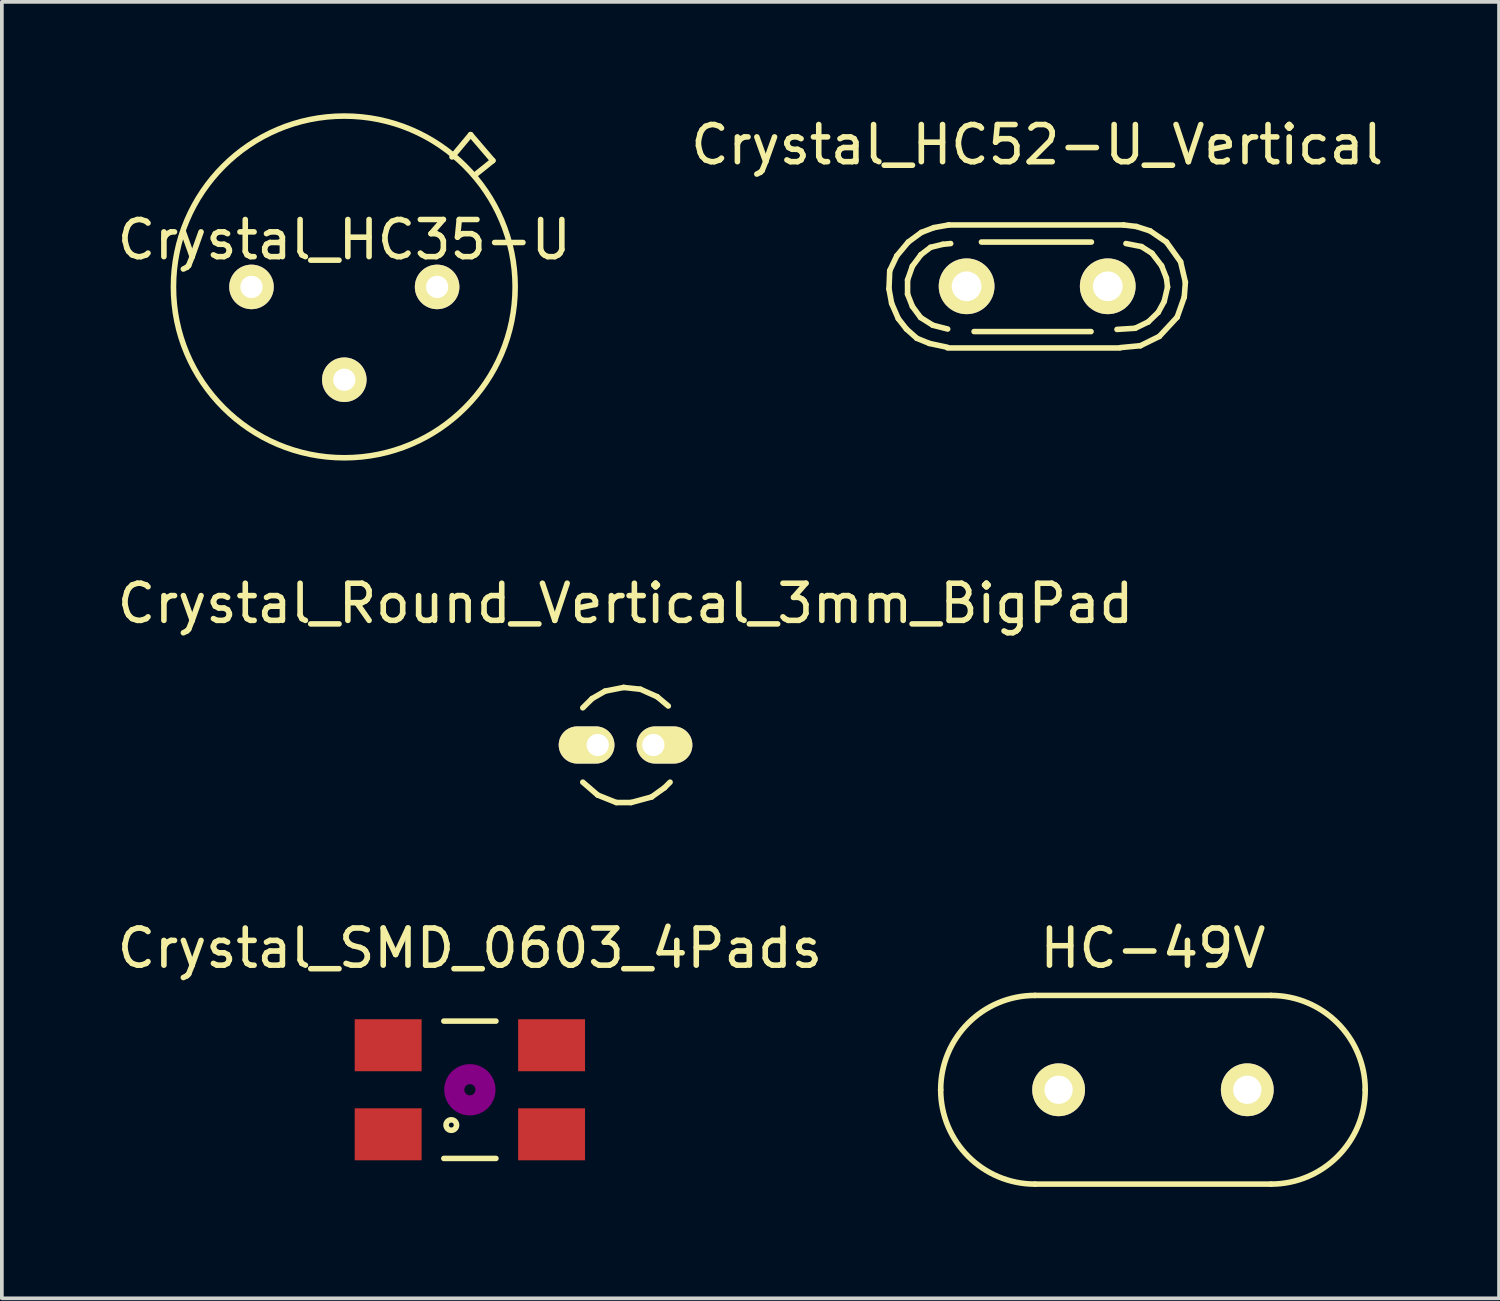
<source format=kicad_pcb>
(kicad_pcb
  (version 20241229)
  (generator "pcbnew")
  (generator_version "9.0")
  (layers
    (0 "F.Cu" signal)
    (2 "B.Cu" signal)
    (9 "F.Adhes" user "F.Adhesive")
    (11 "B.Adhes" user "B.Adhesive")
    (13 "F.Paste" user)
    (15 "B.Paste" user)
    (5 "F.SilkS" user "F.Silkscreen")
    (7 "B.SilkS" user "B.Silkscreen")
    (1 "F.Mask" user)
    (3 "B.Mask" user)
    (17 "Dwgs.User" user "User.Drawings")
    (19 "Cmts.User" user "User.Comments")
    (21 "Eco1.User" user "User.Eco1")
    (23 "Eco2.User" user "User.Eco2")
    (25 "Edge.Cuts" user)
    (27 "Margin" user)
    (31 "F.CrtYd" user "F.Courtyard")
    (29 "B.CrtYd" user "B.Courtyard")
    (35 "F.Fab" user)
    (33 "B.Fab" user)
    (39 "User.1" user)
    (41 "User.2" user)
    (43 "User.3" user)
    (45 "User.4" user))
  (footprint "Crystal_HC52-U_Vertical"
    (layer "F.Cu")
    (at 24.875 4.658)
    (property "Reference" "Crystal_HC52-U_Vertical" (at 0 -3.81 0) (layer "F.SilkS") (effects (font (size 1 1) (thickness 0.15))))
    (attr through_hole)
    (fp_line (start -3.99 0.071) (end -3.97 -0.419) (stroke (width 0.15) (type solid)) (layer "F.SilkS"))
    (fp_line (start -3.97 -0.419) (end -3.78 -0.82) (stroke (width 0.15) (type solid)) (layer "F.SilkS"))
    (fp_line (start -3.919 0.46) (end -3.99 0.071) (stroke (width 0.15) (type solid)) (layer "F.SilkS"))
    (fp_line (start -3.78 -0.82) (end -3.47 -1.191) (stroke (width 0.15) (type solid)) (layer "F.SilkS"))
    (fp_line (start -3.739 0.871) (end -3.919 0.46) (stroke (width 0.15) (type solid)) (layer "F.SilkS"))
    (fp_line (start -3.52 1.151) (end -3.739 0.871) (stroke (width 0.15) (type solid)) (layer "F.SilkS"))
    (fp_line (start -3.49 -0.17) (end -3.36 -0.541) (stroke (width 0.15) (type solid)) (layer "F.SilkS"))
    (fp_line (start -3.49 0.211) (end -3.49 -0.17) (stroke (width 0.15) (type solid)) (layer "F.SilkS"))
    (fp_line (start -3.47 -1.191) (end -3.119 -1.45) (stroke (width 0.15) (type solid)) (layer "F.SilkS"))
    (fp_line (start -3.36 -0.541) (end -3.129 -0.851) (stroke (width 0.15) (type solid)) (layer "F.SilkS"))
    (fp_line (start -3.36 0.541) (end -3.49 0.211) (stroke (width 0.15) (type solid)) (layer "F.SilkS"))
    (fp_line (start -3.241 1.4) (end -3.52 1.151) (stroke (width 0.15) (type solid)) (layer "F.SilkS"))
    (fp_line (start -3.139 0.841) (end -3.36 0.541) (stroke (width 0.15) (type solid)) (layer "F.SilkS"))
    (fp_line (start -3.129 -0.851) (end -2.87 -1.049) (stroke (width 0.15) (type solid)) (layer "F.SilkS"))
    (fp_line (start -3.119 -1.45) (end -2.779 -1.58) (stroke (width 0.15) (type solid)) (layer "F.SilkS"))
    (fp_line (start -2.901 1.539) (end -3.241 1.4) (stroke (width 0.15) (type solid)) (layer "F.SilkS"))
    (fp_line (start -2.87 -1.049) (end -2.54 -1.13) (stroke (width 0.15) (type solid)) (layer "F.SilkS"))
    (fp_line (start -2.809 1.049) (end -3.139 0.841) (stroke (width 0.15) (type solid)) (layer "F.SilkS"))
    (fp_line (start -2.779 -1.58) (end -2.38 -1.651) (stroke (width 0.15) (type solid)) (layer "F.SilkS"))
    (fp_line (start -2.54 -1.13) (end -2.329 -1.151) (stroke (width 0.15) (type solid)) (layer "F.SilkS"))
    (fp_line (start -2.421 1.641) (end -2.901 1.539) (stroke (width 0.15) (type solid)) (layer "F.SilkS"))
    (fp_line (start -2.41 1.151) (end -2.809 1.049) (stroke (width 0.15) (type solid)) (layer "F.SilkS"))
    (fp_line (start -2.39 -1.651) (end 2.329 -1.651) (stroke (width 0.15) (type solid)) (layer "F.SilkS"))
    (fp_line (start -1.699 1.219) (end 1.45 1.219) (stroke (width 0.15) (type solid)) (layer "F.SilkS"))
    (fp_line (start 1.46 -1.191) (end -1.501 -1.191) (stroke (width 0.15) (type solid)) (layer "F.SilkS"))
    (fp_line (start 2.22 1.661) (end -2.41 1.661) (stroke (width 0.15) (type solid)) (layer "F.SilkS"))
    (fp_line (start 2.329 -1.651) (end 2.67 -1.61) (stroke (width 0.15) (type solid)) (layer "F.SilkS"))
    (fp_line (start 2.39 -1.151) (end 2.809 -1.069) (stroke (width 0.15) (type solid)) (layer "F.SilkS"))
    (fp_line (start 2.639 1.13) (end 2.149 1.161) (stroke (width 0.15) (type solid)) (layer "F.SilkS"))
    (fp_line (start 2.67 -1.61) (end 3.04 -1.491) (stroke (width 0.15) (type solid)) (layer "F.SilkS"))
    (fp_line (start 2.779 1.6) (end 2.24 1.651) (stroke (width 0.15) (type solid)) (layer "F.SilkS"))
    (fp_line (start 2.809 -1.069) (end 3.091 -0.889) (stroke (width 0.15) (type solid)) (layer "F.SilkS"))
    (fp_line (start 2.99 0.96) (end 2.639 1.13) (stroke (width 0.15) (type solid)) (layer "F.SilkS"))
    (fp_line (start 3.04 -1.491) (end 3.48 -1.191) (stroke (width 0.15) (type solid)) (layer "F.SilkS"))
    (fp_line (start 3.091 -0.889) (end 3.35 -0.551) (stroke (width 0.15) (type solid)) (layer "F.SilkS"))
    (fp_line (start 3.259 0.701) (end 2.99 0.96) (stroke (width 0.15) (type solid)) (layer "F.SilkS"))
    (fp_line (start 3.289 1.349) (end 2.779 1.6) (stroke (width 0.15) (type solid)) (layer "F.SilkS"))
    (fp_line (start 3.35 -0.551) (end 3.48 -0.221) (stroke (width 0.15) (type solid)) (layer "F.SilkS"))
    (fp_line (start 3.419 0.409) (end 3.259 0.701) (stroke (width 0.15) (type solid)) (layer "F.SilkS"))
    (fp_line (start 3.48 -1.191) (end 3.861 -0.66) (stroke (width 0.15) (type solid)) (layer "F.SilkS"))
    (fp_line (start 3.48 -0.221) (end 3.51 0.02) (stroke (width 0.15) (type solid)) (layer "F.SilkS"))
    (fp_line (start 3.51 0.02) (end 3.419 0.409) (stroke (width 0.15) (type solid)) (layer "F.SilkS"))
    (fp_line (start 3.769 0.831) (end 3.289 1.349) (stroke (width 0.15) (type solid)) (layer "F.SilkS"))
    (fp_line (start 3.861 -0.66) (end 3.99 -0.109) (stroke (width 0.15) (type solid)) (layer "F.SilkS"))
    (fp_line (start 3.96 0.29) (end 3.769 0.831) (stroke (width 0.15) (type solid)) (layer "F.SilkS"))
    (fp_line (start 3.99 -0.109) (end 3.96 0.29) (stroke (width 0.15) (type solid)) (layer "F.SilkS"))
    (pad "1" thru_hole circle (at -1.9 0) (size 1.501 1.501) (drill 0.8) (layers "*.Cu" "*.Mask" "F.SilkS"))
    (pad "2" thru_hole circle (at 1.9 0) (size 1.501 1.501) (drill 0.8) (layers "*.Cu" "*.Mask" "F.SilkS")))
  (footprint "Crystal_SMD_0603_4Pads"
    (layer "F.Cu")
    (at 9.601 26.291)
    (property "Reference" "Crystal_SMD_0603_4Pads" (at 0 -3.81 0) (layer "F.SilkS") (effects (font (size 1 1) (thickness 0.15))))
    (attr smd)
    (fp_line (start -0.701 -1.849) (end 0.701 -1.849) (stroke (width 0.15) (type solid)) (layer "F.SilkS"))
    (fp_line (start 0.701 1.849) (end -0.701 1.849) (stroke (width 0.15) (type solid)) (layer "F.SilkS"))
    (fp_circle (center -0.5 0.95) (end -0.399 1.049) (stroke (width 0.15) (type solid)) (fill no) (layer "F.SilkS"))
    (fp_circle (center 0 0) (end 0.15 0) (stroke (width 0.381) (type solid)) (fill no) (layer "F.Adhes"))
    (fp_circle (center 0 0) (end 0.5 0) (stroke (width 0.381) (type solid)) (fill no) (layer "F.Adhes"))
    (pad "1" smd rect (at -2.2 1.199) (size 1.801 1.4) (layers "F.Cu" "F.Mask" "F.Paste"))
    (pad "2" smd rect (at 2.2 1.199) (size 1.801 1.4) (layers "F.Cu" "F.Mask" "F.Paste"))
    (pad "3" smd rect (at 2.2 -1.199) (size 1.801 1.4) (layers "F.Cu" "F.Mask" "F.Paste"))
    (pad "4" smd rect (at -2.2 -1.199) (size 1.801 1.4) (layers "F.Cu" "F.Mask" "F.Paste")))
  (footprint "HC-49V"
    (layer "F.Cu")
    (at 27.992 26.291)
    (property "Reference" "HC-49V" (at 0 -3.81 0) (layer "F.SilkS") (effects (font (size 1 1) (thickness 0.15))))
    (attr through_hole)
    (fp_line (start -3.175 -2.54) (end 3.175 -2.54) (stroke (width 0.15) (type solid)) (layer "F.SilkS"))
    (fp_line (start -3.175 2.54) (end 3.175 2.54) (stroke (width 0.15) (type solid)) (layer "F.SilkS"))
    (fp_arc (start -5.715 0) (mid -4.971051 -1.796051) (end -3.175 -2.54) (stroke (width 0.15) (type solid)) (layer "F.SilkS"))
    (fp_arc (start -3.175 2.54) (mid -4.971051 1.796051) (end -5.715 0) (stroke (width 0.15) (type solid)) (layer "F.SilkS"))
    (fp_arc (start 3.175 -2.54) (mid 4.971051 -1.796051) (end 5.715 0) (stroke (width 0.15) (type solid)) (layer "F.SilkS"))
    (fp_arc (start 5.715 0) (mid 4.971051 1.796051) (end 3.175 2.54) (stroke (width 0.15) (type solid)) (layer "F.SilkS"))
    (pad "1" thru_hole circle (at -2.54 0) (size 1.422 1.422) (drill 0.762) (layers "*.Cu" "*.Mask" "F.SilkS"))
    (pad "2" thru_hole circle (at 2.54 0) (size 1.422 1.422) (drill 0.762) (layers "*.Cu" "*.Mask" "F.SilkS")))
  (footprint "Crystal_Round_Vertical_3mm_BigPad"
    (layer "F.Cu")
    (at 13.792 17.008)
    (property "Reference" "Crystal_Round_Vertical_3mm_BigPad" (at 0 -3.81 0) (layer "F.SilkS") (effects (font (size 1 1) (thickness 0.15))))
    (attr through_hole)
    (fp_line (start -0.899 -1.25) (end -1.151 -1.001) (stroke (width 0.15) (type solid)) (layer "F.SilkS"))
    (fp_line (start -0.749 1.349) (end -1.151 1.001) (stroke (width 0.15) (type solid)) (layer "F.SilkS"))
    (fp_line (start -0.551 -1.45) (end -0.899 -1.25) (stroke (width 0.15) (type solid)) (layer "F.SilkS"))
    (fp_line (start -0.249 1.549) (end -0.749 1.349) (stroke (width 0.15) (type solid)) (layer "F.SilkS"))
    (fp_line (start -0.051 -1.549) (end -0.551 -1.45) (stroke (width 0.15) (type solid)) (layer "F.SilkS"))
    (fp_line (start 0.15 1.549) (end -0.249 1.549) (stroke (width 0.15) (type solid)) (layer "F.SilkS"))
    (fp_line (start 0.399 -1.501) (end -0.051 -1.549) (stroke (width 0.15) (type solid)) (layer "F.SilkS"))
    (fp_line (start 0.701 1.4) (end 0.15 1.549) (stroke (width 0.15) (type solid)) (layer "F.SilkS"))
    (fp_line (start 0.851 -1.3) (end 0.399 -1.501) (stroke (width 0.15) (type solid)) (layer "F.SilkS"))
    (fp_line (start 1.049 1.151) (end 0.701 1.4) (stroke (width 0.15) (type solid)) (layer "F.SilkS"))
    (fp_line (start 1.049 1.151) (end 1.199 1.001) (stroke (width 0.15) (type solid)) (layer "F.SilkS"))
    (fp_line (start 1.151 -1.049) (end 0.851 -1.3) (stroke (width 0.15) (type solid)) (layer "F.SilkS"))
    (pad "1" thru_hole oval (at -0.749 0) (size 1.501 1.001) (drill 0.599 (offset -0.3 0)) (layers "*.Cu" "*.Mask" "F.SilkS"))
    (pad "2" thru_hole oval (at 0.749 0) (size 1.501 1.001) (drill 0.599 (offset 0.3 0)) (layers "*.Cu" "*.Mask" "F.SilkS")))
  (footprint "Crystal_HC35-U"
    (layer "F.Cu")
    (at 6.22 4.675)
    (property "Reference" "Crystal_HC35-U" (at 0 -1.27 0) (layer "F.SilkS") (effects (font (size 1 1) (thickness 0.15))))
    (attr through_hole)
    (fp_line (start 2.901 -3.5) (end 3.401 -4.1) (stroke (width 0.15) (type solid)) (layer "F.SilkS"))
    (fp_line (start 3.401 -4.1) (end 4 -3.401) (stroke (width 0.15) (type solid)) (layer "F.SilkS"))
    (fp_line (start 4 -3.401) (end 3.5 -3) (stroke (width 0.15) (type solid)) (layer "F.SilkS"))
    (fp_circle (center 0 0) (end 4.6 0) (stroke (width 0.15) (type solid)) (fill no) (layer "F.SilkS"))
    (pad "1" thru_hole circle (at -2.499 0) (size 1.199 1.199) (drill 0.599) (layers "*.Cu" "*.Mask" "F.SilkS"))
    (pad "2" thru_hole circle (at 2.499 0) (size 1.199 1.199) (drill 0.599) (layers "*.Cu" "*.Mask" "F.SilkS"))
    (pad "3" thru_hole circle (at 0 2.499) (size 1.199 1.199) (drill 0.599) (layers "*.Cu" "*.Mask" "F.SilkS")))
  (gr_rect
    (start -3 -3)
    (end 37.31 31.906)
    (stroke (width 0.1) (type default))
    (fill no)
    (layer "Edge.Cuts")))
</source>
